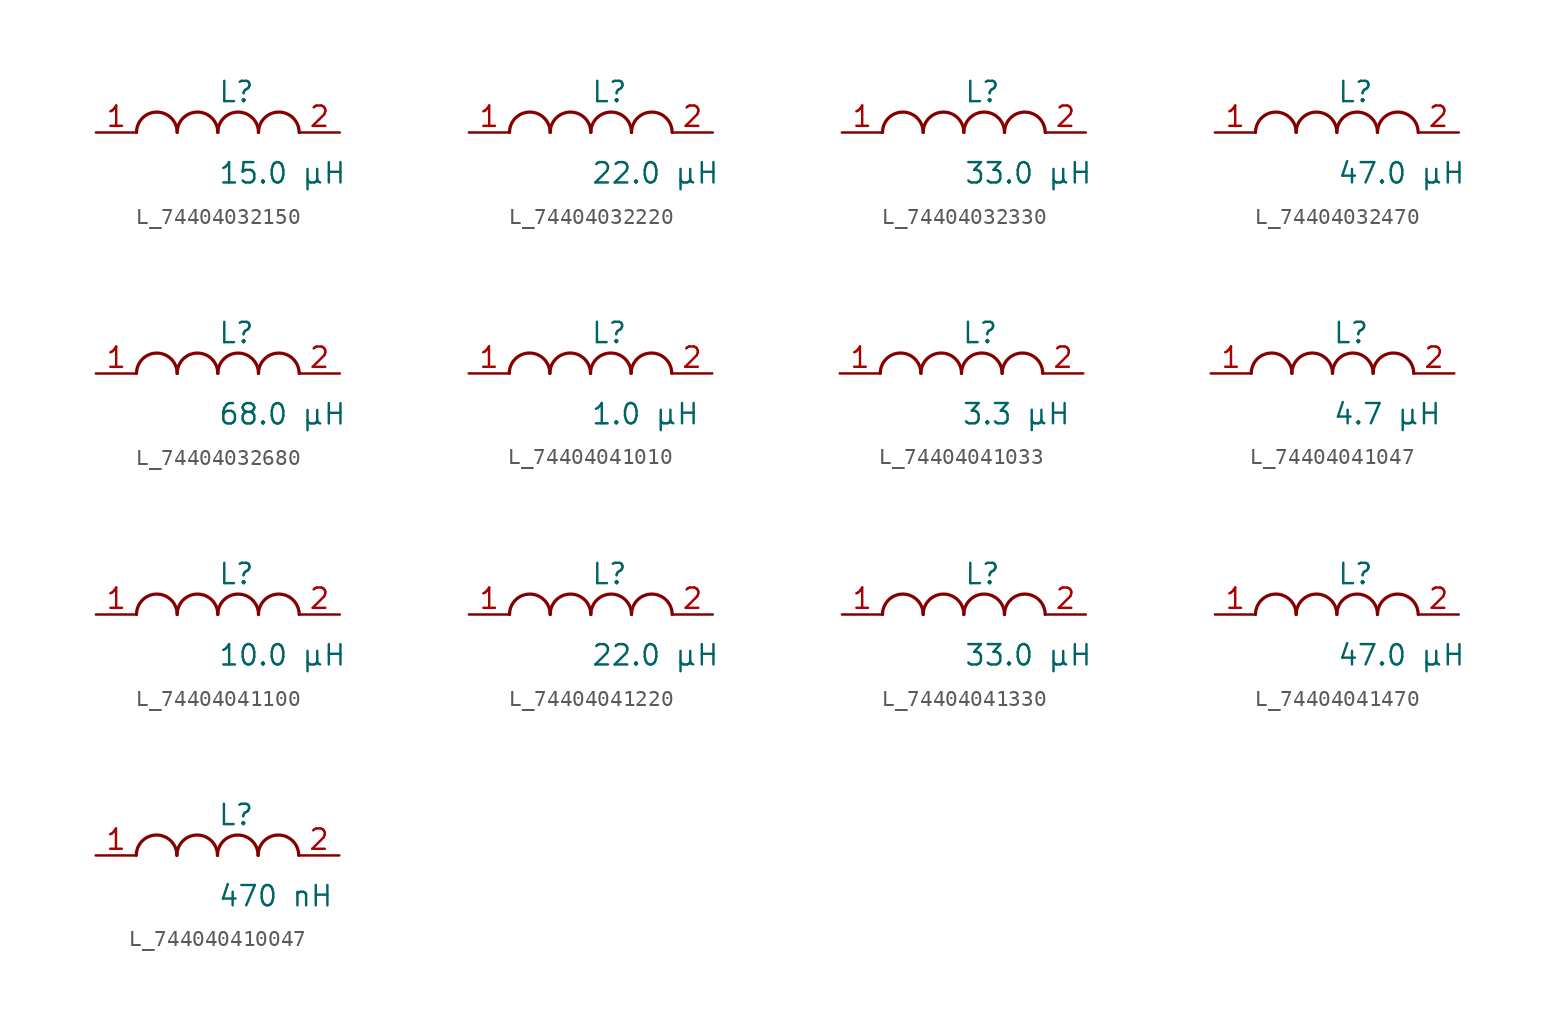
<source format=kicad_sym>
(kicad_symbol_lib
  (version 20231120)
  (generator kicad_symbol_editor)
  (generator_version 8.0)
  (symbol "L_74404032150"
    (pin_names
      (offset 0.254))
    (property "Reference" "L"
      (at 0.0 2.54 0)
      (effects (font (size 1.27 1.27)) (justify left)))
    (property "Value" "15.0 µH"
      (at 0.0 -2.54 0)
      (effects (font (size 1.27 1.27)) (justify left)))
    (symbol "L_74404032150_1_1"
      (arc (start -2.54 0.0056) (mid -3.81 1.27) (end -5.08 0.0056) (stroke (width 0.2032) (type default)) (fill (type none)))
      (arc (start 0 0.0056) (mid -1.27 1.27) (end -2.54 0.0056) (stroke (width 0.2032) (type default)) (fill (type none)))
      (arc (start 2.54 0.0056) (mid 1.27 1.27) (end 0 0.0056) (stroke (width 0.2032) (type default)) (fill (type none)))
      (arc (start 5.08 0.0056) (mid 3.81 1.27) (end 2.54 0.0056) (stroke (width 0.2032) (type default)) (fill (type none)))
      (pin unspecified line (at -7.62 0 0) (length 2.54) (name "" (effects (font (size 1.27 1.27)))) (number "1" (effects (font (size 1.27 1.27)))))
      (pin unspecified line (at 7.62 0 180) (length 2.54) (name "" (effects (font (size 1.27 1.27)))) (number "2" (effects (font (size 1.27 1.27)))))))
  (symbol "L_74404032220"
    (pin_names
      (offset 0.254))
    (property "Reference" "L"
      (at 0.0 2.54 0)
      (effects (font (size 1.27 1.27)) (justify left)))
    (property "Value" "22.0 µH"
      (at 0.0 -2.54 0)
      (effects (font (size 1.27 1.27)) (justify left)))
    (symbol "L_74404032220_1_1"
      (arc (start -2.54 0.0056) (mid -3.81 1.27) (end -5.08 0.0056) (stroke (width 0.2032) (type default)) (fill (type none)))
      (arc (start 0 0.0056) (mid -1.27 1.27) (end -2.54 0.0056) (stroke (width 0.2032) (type default)) (fill (type none)))
      (arc (start 2.54 0.0056) (mid 1.27 1.27) (end 0 0.0056) (stroke (width 0.2032) (type default)) (fill (type none)))
      (arc (start 5.08 0.0056) (mid 3.81 1.27) (end 2.54 0.0056) (stroke (width 0.2032) (type default)) (fill (type none)))
      (pin unspecified line (at -7.62 0 0) (length 2.54) (name "" (effects (font (size 1.27 1.27)))) (number "1" (effects (font (size 1.27 1.27)))))
      (pin unspecified line (at 7.62 0 180) (length 2.54) (name "" (effects (font (size 1.27 1.27)))) (number "2" (effects (font (size 1.27 1.27)))))))
  (symbol "L_74404032330"
    (pin_names
      (offset 0.254))
    (property "Reference" "L"
      (at 0.0 2.54 0)
      (effects (font (size 1.27 1.27)) (justify left)))
    (property "Value" "33.0 µH"
      (at 0.0 -2.54 0)
      (effects (font (size 1.27 1.27)) (justify left)))
    (symbol "L_74404032330_1_1"
      (arc (start -2.54 0.0056) (mid -3.81 1.27) (end -5.08 0.0056) (stroke (width 0.2032) (type default)) (fill (type none)))
      (arc (start 0 0.0056) (mid -1.27 1.27) (end -2.54 0.0056) (stroke (width 0.2032) (type default)) (fill (type none)))
      (arc (start 2.54 0.0056) (mid 1.27 1.27) (end 0 0.0056) (stroke (width 0.2032) (type default)) (fill (type none)))
      (arc (start 5.08 0.0056) (mid 3.81 1.27) (end 2.54 0.0056) (stroke (width 0.2032) (type default)) (fill (type none)))
      (pin unspecified line (at -7.62 0 0) (length 2.54) (name "" (effects (font (size 1.27 1.27)))) (number "1" (effects (font (size 1.27 1.27)))))
      (pin unspecified line (at 7.62 0 180) (length 2.54) (name "" (effects (font (size 1.27 1.27)))) (number "2" (effects (font (size 1.27 1.27)))))))
  (symbol "L_74404032470"
    (pin_names
      (offset 0.254))
    (property "Reference" "L"
      (at 0.0 2.54 0)
      (effects (font (size 1.27 1.27)) (justify left)))
    (property "Value" "47.0 µH"
      (at 0.0 -2.54 0)
      (effects (font (size 1.27 1.27)) (justify left)))
    (symbol "L_74404032470_1_1"
      (arc (start -2.54 0.0056) (mid -3.81 1.27) (end -5.08 0.0056) (stroke (width 0.2032) (type default)) (fill (type none)))
      (arc (start 0 0.0056) (mid -1.27 1.27) (end -2.54 0.0056) (stroke (width 0.2032) (type default)) (fill (type none)))
      (arc (start 2.54 0.0056) (mid 1.27 1.27) (end 0 0.0056) (stroke (width 0.2032) (type default)) (fill (type none)))
      (arc (start 5.08 0.0056) (mid 3.81 1.27) (end 2.54 0.0056) (stroke (width 0.2032) (type default)) (fill (type none)))
      (pin unspecified line (at -7.62 0 0) (length 2.54) (name "" (effects (font (size 1.27 1.27)))) (number "1" (effects (font (size 1.27 1.27)))))
      (pin unspecified line (at 7.62 0 180) (length 2.54) (name "" (effects (font (size 1.27 1.27)))) (number "2" (effects (font (size 1.27 1.27)))))))
  (symbol "L_74404032680"
    (pin_names
      (offset 0.254))
    (property "Reference" "L"
      (at 0.0 2.54 0)
      (effects (font (size 1.27 1.27)) (justify left)))
    (property "Value" "68.0 µH"
      (at 0.0 -2.54 0)
      (effects (font (size 1.27 1.27)) (justify left)))
    (symbol "L_74404032680_1_1"
      (arc (start -2.54 0.0056) (mid -3.81 1.27) (end -5.08 0.0056) (stroke (width 0.2032) (type default)) (fill (type none)))
      (arc (start 0 0.0056) (mid -1.27 1.27) (end -2.54 0.0056) (stroke (width 0.2032) (type default)) (fill (type none)))
      (arc (start 2.54 0.0056) (mid 1.27 1.27) (end 0 0.0056) (stroke (width 0.2032) (type default)) (fill (type none)))
      (arc (start 5.08 0.0056) (mid 3.81 1.27) (end 2.54 0.0056) (stroke (width 0.2032) (type default)) (fill (type none)))
      (pin unspecified line (at -7.62 0 0) (length 2.54) (name "" (effects (font (size 1.27 1.27)))) (number "1" (effects (font (size 1.27 1.27)))))
      (pin unspecified line (at 7.62 0 180) (length 2.54) (name "" (effects (font (size 1.27 1.27)))) (number "2" (effects (font (size 1.27 1.27)))))))
  (symbol "L_74404041010"
    (pin_names
      (offset 0.254))
    (property "Reference" "L"
      (at 0.0 2.54 0)
      (effects (font (size 1.27 1.27)) (justify left)))
    (property "Value" "1.0 µH"
      (at 0.0 -2.54 0)
      (effects (font (size 1.27 1.27)) (justify left)))
    (symbol "L_74404041010_1_1"
      (arc (start -2.54 0.0056) (mid -3.81 1.27) (end -5.08 0.0056) (stroke (width 0.2032) (type default)) (fill (type none)))
      (arc (start 0 0.0056) (mid -1.27 1.27) (end -2.54 0.0056) (stroke (width 0.2032) (type default)) (fill (type none)))
      (arc (start 2.54 0.0056) (mid 1.27 1.27) (end 0 0.0056) (stroke (width 0.2032) (type default)) (fill (type none)))
      (arc (start 5.08 0.0056) (mid 3.81 1.27) (end 2.54 0.0056) (stroke (width 0.2032) (type default)) (fill (type none)))
      (pin unspecified line (at -7.62 0 0) (length 2.54) (name "" (effects (font (size 1.27 1.27)))) (number "1" (effects (font (size 1.27 1.27)))))
      (pin unspecified line (at 7.62 0 180) (length 2.54) (name "" (effects (font (size 1.27 1.27)))) (number "2" (effects (font (size 1.27 1.27)))))))
  (symbol "L_74404041033"
    (pin_names
      (offset 0.254))
    (property "Reference" "L"
      (at 0.0 2.54 0)
      (effects (font (size 1.27 1.27)) (justify left)))
    (property "Value" "3.3 µH"
      (at 0.0 -2.54 0)
      (effects (font (size 1.27 1.27)) (justify left)))
    (symbol "L_74404041033_1_1"
      (arc (start -2.54 0.0056) (mid -3.81 1.27) (end -5.08 0.0056) (stroke (width 0.2032) (type default)) (fill (type none)))
      (arc (start 0 0.0056) (mid -1.27 1.27) (end -2.54 0.0056) (stroke (width 0.2032) (type default)) (fill (type none)))
      (arc (start 2.54 0.0056) (mid 1.27 1.27) (end 0 0.0056) (stroke (width 0.2032) (type default)) (fill (type none)))
      (arc (start 5.08 0.0056) (mid 3.81 1.27) (end 2.54 0.0056) (stroke (width 0.2032) (type default)) (fill (type none)))
      (pin unspecified line (at -7.62 0 0) (length 2.54) (name "" (effects (font (size 1.27 1.27)))) (number "1" (effects (font (size 1.27 1.27)))))
      (pin unspecified line (at 7.62 0 180) (length 2.54) (name "" (effects (font (size 1.27 1.27)))) (number "2" (effects (font (size 1.27 1.27)))))))
  (symbol "L_74404041047"
    (pin_names
      (offset 0.254))
    (property "Reference" "L"
      (at 0.0 2.54 0)
      (effects (font (size 1.27 1.27)) (justify left)))
    (property "Value" "4.7 µH"
      (at 0.0 -2.54 0)
      (effects (font (size 1.27 1.27)) (justify left)))
    (symbol "L_74404041047_1_1"
      (arc (start -2.54 0.0056) (mid -3.81 1.27) (end -5.08 0.0056) (stroke (width 0.2032) (type default)) (fill (type none)))
      (arc (start 0 0.0056) (mid -1.27 1.27) (end -2.54 0.0056) (stroke (width 0.2032) (type default)) (fill (type none)))
      (arc (start 2.54 0.0056) (mid 1.27 1.27) (end 0 0.0056) (stroke (width 0.2032) (type default)) (fill (type none)))
      (arc (start 5.08 0.0056) (mid 3.81 1.27) (end 2.54 0.0056) (stroke (width 0.2032) (type default)) (fill (type none)))
      (pin unspecified line (at -7.62 0 0) (length 2.54) (name "" (effects (font (size 1.27 1.27)))) (number "1" (effects (font (size 1.27 1.27)))))
      (pin unspecified line (at 7.62 0 180) (length 2.54) (name "" (effects (font (size 1.27 1.27)))) (number "2" (effects (font (size 1.27 1.27)))))))
  (symbol "L_74404041100"
    (pin_names
      (offset 0.254))
    (property "Reference" "L"
      (at 0.0 2.54 0)
      (effects (font (size 1.27 1.27)) (justify left)))
    (property "Value" "10.0 µH"
      (at 0.0 -2.54 0)
      (effects (font (size 1.27 1.27)) (justify left)))
    (symbol "L_74404041100_1_1"
      (arc (start -2.54 0.0056) (mid -3.81 1.27) (end -5.08 0.0056) (stroke (width 0.2032) (type default)) (fill (type none)))
      (arc (start 0 0.0056) (mid -1.27 1.27) (end -2.54 0.0056) (stroke (width 0.2032) (type default)) (fill (type none)))
      (arc (start 2.54 0.0056) (mid 1.27 1.27) (end 0 0.0056) (stroke (width 0.2032) (type default)) (fill (type none)))
      (arc (start 5.08 0.0056) (mid 3.81 1.27) (end 2.54 0.0056) (stroke (width 0.2032) (type default)) (fill (type none)))
      (pin unspecified line (at -7.62 0 0) (length 2.54) (name "" (effects (font (size 1.27 1.27)))) (number "1" (effects (font (size 1.27 1.27)))))
      (pin unspecified line (at 7.62 0 180) (length 2.54) (name "" (effects (font (size 1.27 1.27)))) (number "2" (effects (font (size 1.27 1.27)))))))
  (symbol "L_74404041220"
    (pin_names
      (offset 0.254))
    (property "Reference" "L"
      (at 0.0 2.54 0)
      (effects (font (size 1.27 1.27)) (justify left)))
    (property "Value" "22.0 µH"
      (at 0.0 -2.54 0)
      (effects (font (size 1.27 1.27)) (justify left)))
    (symbol "L_74404041220_1_1"
      (arc (start -2.54 0.0056) (mid -3.81 1.27) (end -5.08 0.0056) (stroke (width 0.2032) (type default)) (fill (type none)))
      (arc (start 0 0.0056) (mid -1.27 1.27) (end -2.54 0.0056) (stroke (width 0.2032) (type default)) (fill (type none)))
      (arc (start 2.54 0.0056) (mid 1.27 1.27) (end 0 0.0056) (stroke (width 0.2032) (type default)) (fill (type none)))
      (arc (start 5.08 0.0056) (mid 3.81 1.27) (end 2.54 0.0056) (stroke (width 0.2032) (type default)) (fill (type none)))
      (pin unspecified line (at -7.62 0 0) (length 2.54) (name "" (effects (font (size 1.27 1.27)))) (number "1" (effects (font (size 1.27 1.27)))))
      (pin unspecified line (at 7.62 0 180) (length 2.54) (name "" (effects (font (size 1.27 1.27)))) (number "2" (effects (font (size 1.27 1.27)))))))
  (symbol "L_74404041330"
    (pin_names
      (offset 0.254))
    (property "Reference" "L"
      (at 0.0 2.54 0)
      (effects (font (size 1.27 1.27)) (justify left)))
    (property "Value" "33.0 µH"
      (at 0.0 -2.54 0)
      (effects (font (size 1.27 1.27)) (justify left)))
    (symbol "L_74404041330_1_1"
      (arc (start -2.54 0.0056) (mid -3.81 1.27) (end -5.08 0.0056) (stroke (width 0.2032) (type default)) (fill (type none)))
      (arc (start 0 0.0056) (mid -1.27 1.27) (end -2.54 0.0056) (stroke (width 0.2032) (type default)) (fill (type none)))
      (arc (start 2.54 0.0056) (mid 1.27 1.27) (end 0 0.0056) (stroke (width 0.2032) (type default)) (fill (type none)))
      (arc (start 5.08 0.0056) (mid 3.81 1.27) (end 2.54 0.0056) (stroke (width 0.2032) (type default)) (fill (type none)))
      (pin unspecified line (at -7.62 0 0) (length 2.54) (name "" (effects (font (size 1.27 1.27)))) (number "1" (effects (font (size 1.27 1.27)))))
      (pin unspecified line (at 7.62 0 180) (length 2.54) (name "" (effects (font (size 1.27 1.27)))) (number "2" (effects (font (size 1.27 1.27)))))))
  (symbol "L_74404041470"
    (pin_names
      (offset 0.254))
    (property "Reference" "L"
      (at 0.0 2.54 0)
      (effects (font (size 1.27 1.27)) (justify left)))
    (property "Value" "47.0 µH"
      (at 0.0 -2.54 0)
      (effects (font (size 1.27 1.27)) (justify left)))
    (symbol "L_74404041470_1_1"
      (arc (start -2.54 0.0056) (mid -3.81 1.27) (end -5.08 0.0056) (stroke (width 0.2032) (type default)) (fill (type none)))
      (arc (start 0 0.0056) (mid -1.27 1.27) (end -2.54 0.0056) (stroke (width 0.2032) (type default)) (fill (type none)))
      (arc (start 2.54 0.0056) (mid 1.27 1.27) (end 0 0.0056) (stroke (width 0.2032) (type default)) (fill (type none)))
      (arc (start 5.08 0.0056) (mid 3.81 1.27) (end 2.54 0.0056) (stroke (width 0.2032) (type default)) (fill (type none)))
      (pin unspecified line (at -7.62 0 0) (length 2.54) (name "" (effects (font (size 1.27 1.27)))) (number "1" (effects (font (size 1.27 1.27)))))
      (pin unspecified line (at 7.62 0 180) (length 2.54) (name "" (effects (font (size 1.27 1.27)))) (number "2" (effects (font (size 1.27 1.27)))))))
  (symbol "L_744040410047"
    (pin_names
      (offset 0.254))
    (property "Reference" "L"
      (at 0.0 2.54 0)
      (effects (font (size 1.27 1.27)) (justify left)))
    (property "Value" "470 nH"
      (at 0.0 -2.54 0)
      (effects (font (size 1.27 1.27)) (justify left)))
    (symbol "L_744040410047_1_1"
      (arc (start -2.54 0.0056) (mid -3.81 1.27) (end -5.08 0.0056) (stroke (width 0.2032) (type default)) (fill (type none)))
      (arc (start 0 0.0056) (mid -1.27 1.27) (end -2.54 0.0056) (stroke (width 0.2032) (type default)) (fill (type none)))
      (arc (start 2.54 0.0056) (mid 1.27 1.27) (end 0 0.0056) (stroke (width 0.2032) (type default)) (fill (type none)))
      (arc (start 5.08 0.0056) (mid 3.81 1.27) (end 2.54 0.0056) (stroke (width 0.2032) (type default)) (fill (type none)))
      (pin unspecified line (at -7.62 0 0) (length 2.54) (name "" (effects (font (size 1.27 1.27)))) (number "1" (effects (font (size 1.27 1.27)))))
      (pin unspecified line (at 7.62 0 180) (length 2.54) (name "" (effects (font (size 1.27 1.27)))) (number "2" (effects (font (size 1.27 1.27))))))))
</source>
